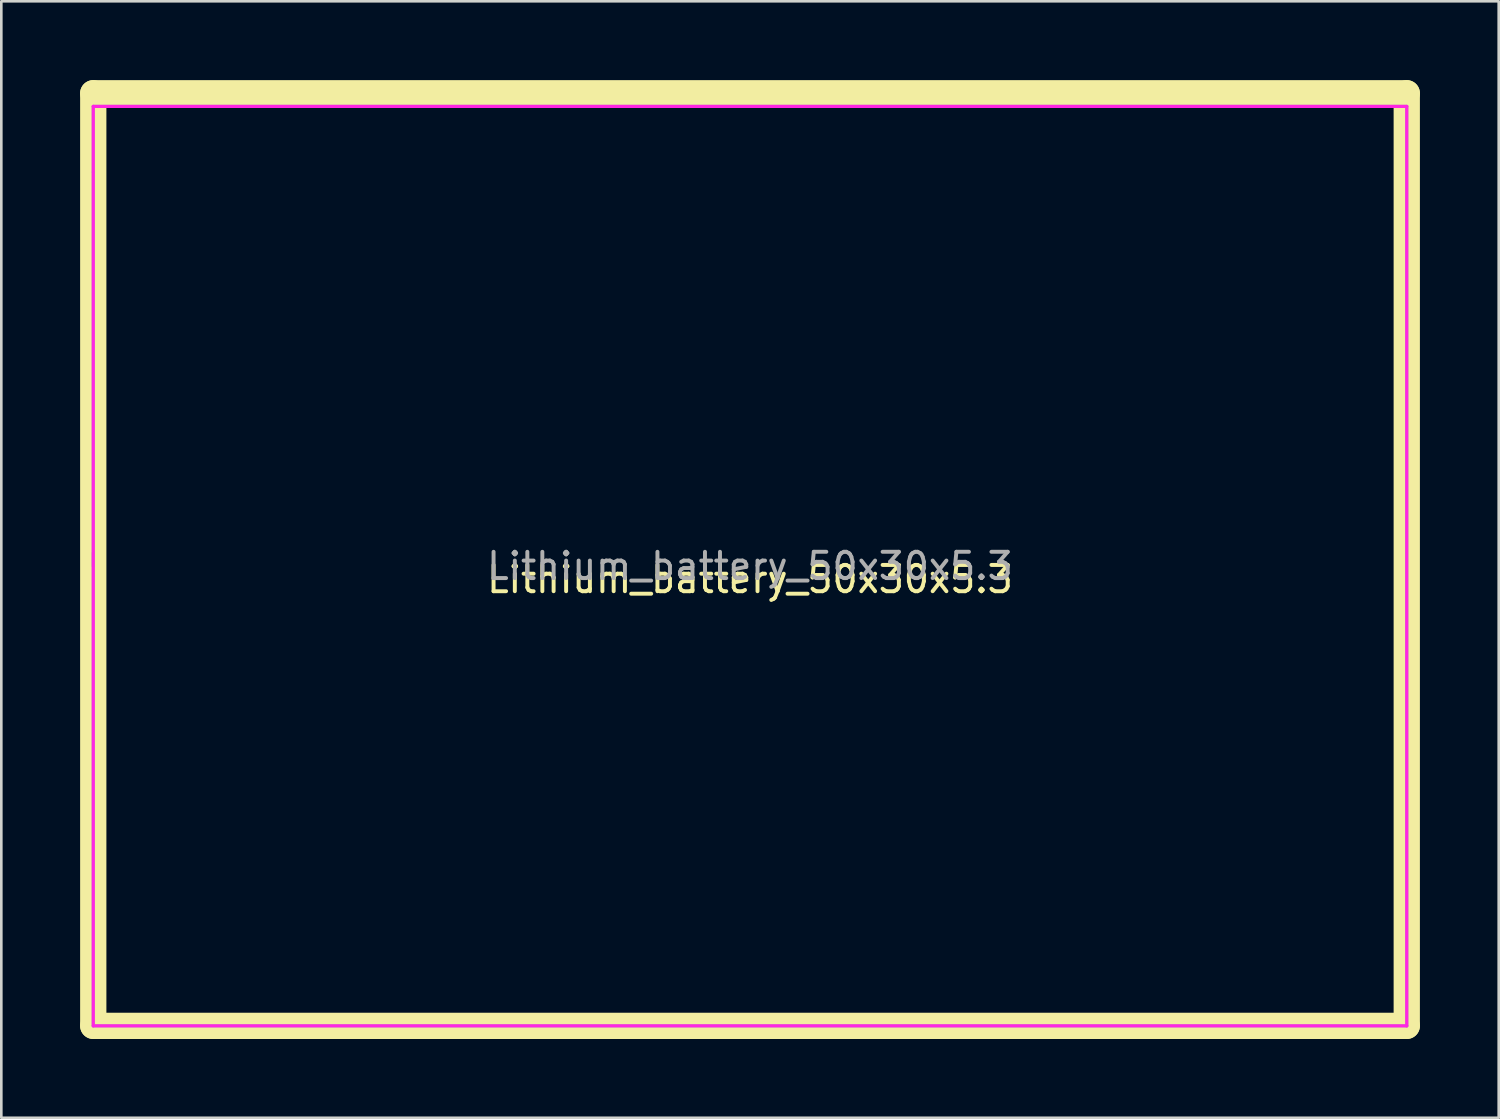
<source format=kicad_pcb>
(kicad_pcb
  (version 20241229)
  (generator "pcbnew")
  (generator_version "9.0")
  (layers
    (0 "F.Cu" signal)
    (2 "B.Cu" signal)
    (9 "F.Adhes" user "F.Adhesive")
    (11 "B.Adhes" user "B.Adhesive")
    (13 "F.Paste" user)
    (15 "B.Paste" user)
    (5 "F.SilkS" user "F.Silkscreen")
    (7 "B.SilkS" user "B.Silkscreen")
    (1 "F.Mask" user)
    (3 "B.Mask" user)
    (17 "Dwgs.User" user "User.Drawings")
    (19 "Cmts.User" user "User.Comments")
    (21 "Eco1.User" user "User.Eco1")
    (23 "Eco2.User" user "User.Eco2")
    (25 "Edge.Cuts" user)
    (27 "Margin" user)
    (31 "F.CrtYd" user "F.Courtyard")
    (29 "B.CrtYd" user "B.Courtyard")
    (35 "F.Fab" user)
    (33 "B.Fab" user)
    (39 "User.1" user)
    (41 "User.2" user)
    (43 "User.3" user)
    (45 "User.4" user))
  (footprint "Lithium_battery_50x30x5.3"
    (layer "F.Cu")
    (at 25.5 18.5)
    (property "Reference" "Lithium_battery_50x30x5.3" (at 0 0.5 0) (layer "F.SilkS") (effects (font (size 1 1) (thickness 0.15))))
    (attr smd)
    (fp_line (start -25 -18) (end 25 -18) (stroke (width 1) (type solid)) (layer "F.SilkS"))
    (fp_line (start -25 17.5) (end -25 -18) (stroke (width 1) (type solid)) (layer "F.SilkS"))
    (fp_line (start -25 17.5) (end 25 17.5) (stroke (width 1) (type solid)) (layer "F.SilkS"))
    (fp_line (start 25 17.5) (end 25 -18) (stroke (width 1) (type solid)) (layer "F.SilkS"))
    (fp_line (start -25 -17.5) (end -25 17.5) (stroke (width 0.12) (type solid)) (layer "F.CrtYd"))
    (fp_line (start -25 -17.5) (end 25 -17.5) (stroke (width 0.12) (type solid)) (layer "F.CrtYd"))
    (fp_line (start 25 -17.5) (end 25 17.5) (stroke (width 0.12) (type solid)) (layer "F.CrtYd"))
    (fp_line (start 25 17.5) (end -25 17.5) (stroke (width 0.12) (type solid)) (layer "F.CrtYd"))
    (fp_line (start -25 -17.5) (end 25 -17.5) (stroke (width 0.12) (type solid)) (layer "F.Fab"))
    (fp_line (start -25 -15) (end -25 -17.5) (stroke (width 0.12) (type solid)) (layer "F.Fab"))
    (fp_line (start -25 0) (end -25 -15) (stroke (width 0.12) (type solid)) (layer "F.Fab"))
    (fp_line (start -25 17.5) (end -25 -0.5) (stroke (width 0.12) (type solid)) (layer "F.Fab"))
    (fp_line (start 25 -17.5) (end 25 17.5) (stroke (width 0.12) (type solid)) (layer "F.Fab"))
    (fp_line (start 25 17.5) (end -25 17.5) (stroke (width 0.12) (type solid)) (layer "F.Fab"))
    (fp_text user "${REFERENCE}" (at 0 0 0) (layer "F.Fab") (effects (font (size 1 1) (thickness 0.15)))))
  (gr_rect
    (start -3 -3)
    (end 54 39.5)
    (stroke (width 0.1) (type default))
    (fill no)
    (layer "Edge.Cuts")))
</source>
